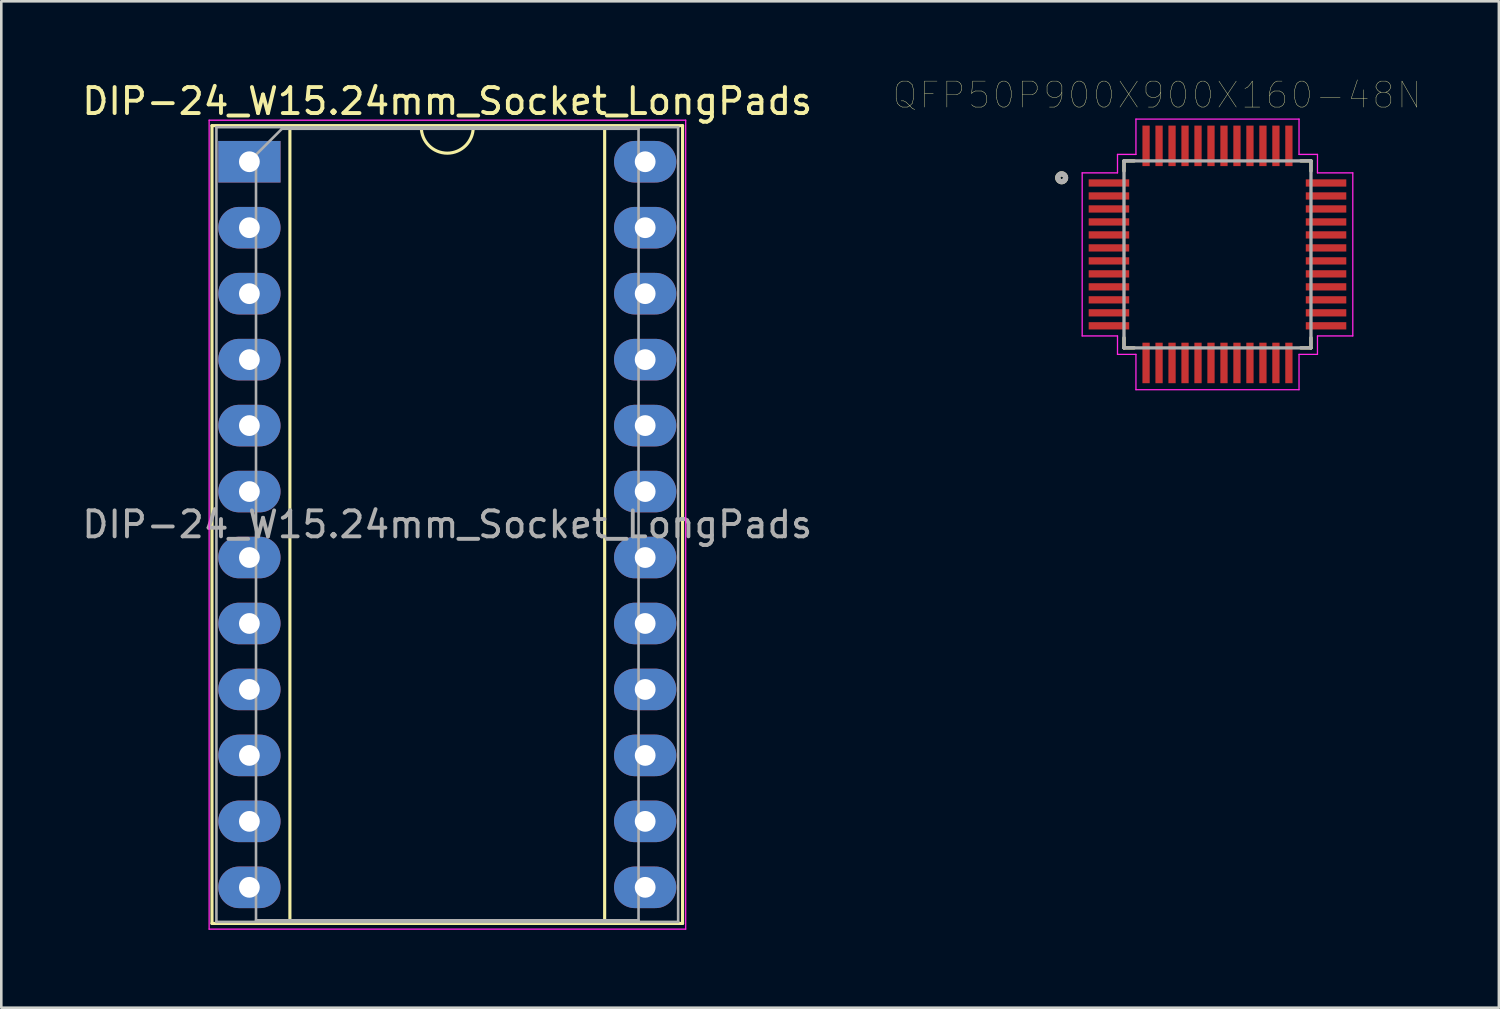
<source format=kicad_pcb>
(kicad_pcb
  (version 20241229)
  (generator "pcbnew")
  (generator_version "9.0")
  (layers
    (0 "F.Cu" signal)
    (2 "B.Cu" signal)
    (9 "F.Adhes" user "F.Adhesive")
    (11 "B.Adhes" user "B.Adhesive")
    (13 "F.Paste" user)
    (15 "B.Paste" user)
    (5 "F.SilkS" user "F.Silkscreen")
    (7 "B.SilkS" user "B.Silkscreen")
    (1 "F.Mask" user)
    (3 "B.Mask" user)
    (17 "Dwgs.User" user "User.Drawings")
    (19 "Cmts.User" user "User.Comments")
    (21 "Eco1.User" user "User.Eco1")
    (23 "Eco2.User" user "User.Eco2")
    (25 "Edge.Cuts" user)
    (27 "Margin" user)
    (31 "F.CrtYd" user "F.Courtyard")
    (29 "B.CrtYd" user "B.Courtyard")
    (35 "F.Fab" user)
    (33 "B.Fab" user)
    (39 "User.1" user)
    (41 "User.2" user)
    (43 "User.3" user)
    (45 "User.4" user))
  (footprint "QFP50P900X900X160-48N"
    (layer "F.Cu")
    (at 43.831 6.746)
    (property "Reference" "QFP50P900X900X160-48N" (at -2.325 -6.135 0) (layer "F.SilkS") (effects (font (size 1 1) (thickness 0.015))))
    (attr smd)
    (fp_line (start -3.6 -3.6) (end -3.6 -3.21) (stroke (width 0.127) (type solid)) (layer "F.SilkS"))
    (fp_line (start -3.6 3.21) (end -3.6 3.6) (stroke (width 0.127) (type solid)) (layer "F.SilkS"))
    (fp_line (start -3.6 3.6) (end -3.21 3.6) (stroke (width 0.127) (type solid)) (layer "F.SilkS"))
    (fp_line (start -3.21 -3.6) (end -3.6 -3.6) (stroke (width 0.127) (type solid)) (layer "F.SilkS"))
    (fp_line (start 3.21 3.6) (end 3.6 3.6) (stroke (width 0.127) (type solid)) (layer "F.SilkS"))
    (fp_line (start 3.6 -3.6) (end 3.21 -3.6) (stroke (width 0.127) (type solid)) (layer "F.SilkS"))
    (fp_line (start 3.6 -3.21) (end 3.6 -3.6) (stroke (width 0.127) (type solid)) (layer "F.SilkS"))
    (fp_line (start 3.6 3.6) (end 3.6 3.21) (stroke (width 0.127) (type solid)) (layer "F.SilkS"))
    (fp_circle (center -6 -2.95) (end -5.85 -2.95) (stroke (width 0.2) (type solid)) (fill no) (layer "F.SilkS"))
    (fp_line (start -5.21 -3.14) (end -3.85 -3.14) (stroke (width 0.05) (type solid)) (layer "F.CrtYd"))
    (fp_line (start -5.21 3.14) (end -5.21 -3.14) (stroke (width 0.05) (type solid)) (layer "F.CrtYd"))
    (fp_line (start -3.85 -3.85) (end -3.14 -3.85) (stroke (width 0.05) (type solid)) (layer "F.CrtYd"))
    (fp_line (start -3.85 -3.14) (end -3.85 -3.85) (stroke (width 0.05) (type solid)) (layer "F.CrtYd"))
    (fp_line (start -3.85 3.14) (end -5.21 3.14) (stroke (width 0.05) (type solid)) (layer "F.CrtYd"))
    (fp_line (start -3.85 3.85) (end -3.85 3.14) (stroke (width 0.05) (type solid)) (layer "F.CrtYd"))
    (fp_line (start -3.14 -5.21) (end 3.14 -5.21) (stroke (width 0.05) (type solid)) (layer "F.CrtYd"))
    (fp_line (start -3.14 -3.85) (end -3.14 -5.21) (stroke (width 0.05) (type solid)) (layer "F.CrtYd"))
    (fp_line (start -3.14 3.85) (end -3.85 3.85) (stroke (width 0.05) (type solid)) (layer "F.CrtYd"))
    (fp_line (start -3.14 5.21) (end -3.14 3.85) (stroke (width 0.05) (type solid)) (layer "F.CrtYd"))
    (fp_line (start 3.14 -5.21) (end 3.14 -3.85) (stroke (width 0.05) (type solid)) (layer "F.CrtYd"))
    (fp_line (start 3.14 -3.85) (end 3.85 -3.85) (stroke (width 0.05) (type solid)) (layer "F.CrtYd"))
    (fp_line (start 3.14 3.85) (end 3.14 5.21) (stroke (width 0.05) (type solid)) (layer "F.CrtYd"))
    (fp_line (start 3.14 5.21) (end -3.14 5.21) (stroke (width 0.05) (type solid)) (layer "F.CrtYd"))
    (fp_line (start 3.85 -3.85) (end 3.85 -3.14) (stroke (width 0.05) (type solid)) (layer "F.CrtYd"))
    (fp_line (start 3.85 -3.14) (end 5.21 -3.14) (stroke (width 0.05) (type solid)) (layer "F.CrtYd"))
    (fp_line (start 3.85 3.14) (end 3.85 3.85) (stroke (width 0.05) (type solid)) (layer "F.CrtYd"))
    (fp_line (start 3.85 3.85) (end 3.14 3.85) (stroke (width 0.05) (type solid)) (layer "F.CrtYd"))
    (fp_line (start 5.21 -3.14) (end 5.21 3.14) (stroke (width 0.05) (type solid)) (layer "F.CrtYd"))
    (fp_line (start 5.21 3.14) (end 3.85 3.14) (stroke (width 0.05) (type solid)) (layer "F.CrtYd"))
    (fp_line (start -3.6 -3.6) (end 3.6 -3.6) (stroke (width 0.127) (type solid)) (layer "F.Fab"))
    (fp_line (start -3.6 3.6) (end -3.6 -3.6) (stroke (width 0.127) (type solid)) (layer "F.Fab"))
    (fp_line (start 3.6 -3.6) (end 3.6 3.6) (stroke (width 0.127) (type solid)) (layer "F.Fab"))
    (fp_line (start 3.6 3.6) (end -3.6 3.6) (stroke (width 0.127) (type solid)) (layer "F.Fab"))
    (fp_circle (center -6 -2.95) (end -5.85 -2.95) (stroke (width 0.2) (type solid)) (fill no) (layer "F.Fab"))
    (pad "1" smd rect (at -4.18 -2.75) (size 1.56 0.28) (layers "F.Cu" "F.Mask" "F.Paste"))
    (pad "2" smd rect (at -4.18 -2.25) (size 1.56 0.28) (layers "F.Cu" "F.Mask" "F.Paste"))
    (pad "3" smd rect (at -4.18 -1.75) (size 1.56 0.28) (layers "F.Cu" "F.Mask" "F.Paste"))
    (pad "4" smd rect (at -4.18 -1.25) (size 1.56 0.28) (layers "F.Cu" "F.Mask" "F.Paste"))
    (pad "5" smd rect (at -4.18 -0.75) (size 1.56 0.28) (layers "F.Cu" "F.Mask" "F.Paste"))
    (pad "6" smd rect (at -4.18 -0.25) (size 1.56 0.28) (layers "F.Cu" "F.Mask" "F.Paste"))
    (pad "7" smd rect (at -4.18 0.25) (size 1.56 0.28) (layers "F.Cu" "F.Mask" "F.Paste"))
    (pad "8" smd rect (at -4.18 0.75) (size 1.56 0.28) (layers "F.Cu" "F.Mask" "F.Paste"))
    (pad "9" smd rect (at -4.18 1.25) (size 1.56 0.28) (layers "F.Cu" "F.Mask" "F.Paste"))
    (pad "10" smd rect (at -4.18 1.75) (size 1.56 0.28) (layers "F.Cu" "F.Mask" "F.Paste"))
    (pad "11" smd rect (at -4.18 2.25) (size 1.56 0.28) (layers "F.Cu" "F.Mask" "F.Paste"))
    (pad "12" smd rect (at -4.18 2.75) (size 1.56 0.28) (layers "F.Cu" "F.Mask" "F.Paste"))
    (pad "13" smd rect (at -2.75 4.18) (size 0.28 1.56) (layers "F.Cu" "F.Mask" "F.Paste"))
    (pad "14" smd rect (at -2.25 4.18) (size 0.28 1.56) (layers "F.Cu" "F.Mask" "F.Paste"))
    (pad "15" smd rect (at -1.75 4.18) (size 0.28 1.56) (layers "F.Cu" "F.Mask" "F.Paste"))
    (pad "16" smd rect (at -1.25 4.18) (size 0.28 1.56) (layers "F.Cu" "F.Mask" "F.Paste"))
    (pad "17" smd rect (at -0.75 4.18) (size 0.28 1.56) (layers "F.Cu" "F.Mask" "F.Paste"))
    (pad "18" smd rect (at -0.25 4.18) (size 0.28 1.56) (layers "F.Cu" "F.Mask" "F.Paste"))
    (pad "19" smd rect (at 0.25 4.18) (size 0.28 1.56) (layers "F.Cu" "F.Mask" "F.Paste"))
    (pad "20" smd rect (at 0.75 4.18) (size 0.28 1.56) (layers "F.Cu" "F.Mask" "F.Paste"))
    (pad "21" smd rect (at 1.25 4.18) (size 0.28 1.56) (layers "F.Cu" "F.Mask" "F.Paste"))
    (pad "22" smd rect (at 1.75 4.18) (size 0.28 1.56) (layers "F.Cu" "F.Mask" "F.Paste"))
    (pad "23" smd rect (at 2.25 4.18) (size 0.28 1.56) (layers "F.Cu" "F.Mask" "F.Paste"))
    (pad "24" smd rect (at 2.75 4.18) (size 0.28 1.56) (layers "F.Cu" "F.Mask" "F.Paste"))
    (pad "25" smd rect (at 4.18 2.75) (size 1.56 0.28) (layers "F.Cu" "F.Mask" "F.Paste"))
    (pad "26" smd rect (at 4.18 2.25) (size 1.56 0.28) (layers "F.Cu" "F.Mask" "F.Paste"))
    (pad "27" smd rect (at 4.18 1.75) (size 1.56 0.28) (layers "F.Cu" "F.Mask" "F.Paste"))
    (pad "28" smd rect (at 4.18 1.25) (size 1.56 0.28) (layers "F.Cu" "F.Mask" "F.Paste"))
    (pad "29" smd rect (at 4.18 0.75) (size 1.56 0.28) (layers "F.Cu" "F.Mask" "F.Paste"))
    (pad "30" smd rect (at 4.18 0.25) (size 1.56 0.28) (layers "F.Cu" "F.Mask" "F.Paste"))
    (pad "31" smd rect (at 4.18 -0.25) (size 1.56 0.28) (layers "F.Cu" "F.Mask" "F.Paste"))
    (pad "32" smd rect (at 4.18 -0.75) (size 1.56 0.28) (layers "F.Cu" "F.Mask" "F.Paste"))
    (pad "33" smd rect (at 4.18 -1.25) (size 1.56 0.28) (layers "F.Cu" "F.Mask" "F.Paste"))
    (pad "34" smd rect (at 4.18 -1.75) (size 1.56 0.28) (layers "F.Cu" "F.Mask" "F.Paste"))
    (pad "35" smd rect (at 4.18 -2.25) (size 1.56 0.28) (layers "F.Cu" "F.Mask" "F.Paste"))
    (pad "36" smd rect (at 4.18 -2.75) (size 1.56 0.28) (layers "F.Cu" "F.Mask" "F.Paste"))
    (pad "37" smd rect (at 2.75 -4.18) (size 0.28 1.56) (layers "F.Cu" "F.Mask" "F.Paste"))
    (pad "38" smd rect (at 2.25 -4.18) (size 0.28 1.56) (layers "F.Cu" "F.Mask" "F.Paste"))
    (pad "39" smd rect (at 1.75 -4.18) (size 0.28 1.56) (layers "F.Cu" "F.Mask" "F.Paste"))
    (pad "40" smd rect (at 1.25 -4.18) (size 0.28 1.56) (layers "F.Cu" "F.Mask" "F.Paste"))
    (pad "41" smd rect (at 0.75 -4.18) (size 0.28 1.56) (layers "F.Cu" "F.Mask" "F.Paste"))
    (pad "42" smd rect (at 0.25 -4.18) (size 0.28 1.56) (layers "F.Cu" "F.Mask" "F.Paste"))
    (pad "43" smd rect (at -0.25 -4.18) (size 0.28 1.56) (layers "F.Cu" "F.Mask" "F.Paste"))
    (pad "44" smd rect (at -0.75 -4.18) (size 0.28 1.56) (layers "F.Cu" "F.Mask" "F.Paste"))
    (pad "45" smd rect (at -1.25 -4.18) (size 0.28 1.56) (layers "F.Cu" "F.Mask" "F.Paste"))
    (pad "46" smd rect (at -1.75 -4.18) (size 0.28 1.56) (layers "F.Cu" "F.Mask" "F.Paste"))
    (pad "47" smd rect (at -2.25 -4.18) (size 0.28 1.56) (layers "F.Cu" "F.Mask" "F.Paste"))
    (pad "48" smd rect (at -2.75 -4.18) (size 0.28 1.56) (layers "F.Cu" "F.Mask" "F.Paste")))
  (footprint "DIP-24_W15.24mm_Socket_LongPads"
    (layer "F.Cu")
    (at 6.553 3.178)
    (property "Reference" "DIP-24_W15.24mm_Socket_LongPads" (at 7.62 -2.33 0) (layer "F.SilkS") (effects (font (size 1 1) (thickness 0.15))))
    (attr through_hole)
    (fp_line (start -1.44 -1.39) (end -1.44 29.33) (stroke (width 0.12) (type solid)) (layer "F.SilkS"))
    (fp_line (start -1.44 29.33) (end 16.68 29.33) (stroke (width 0.12) (type solid)) (layer "F.SilkS"))
    (fp_line (start 1.56 -1.33) (end 1.56 29.27) (stroke (width 0.12) (type solid)) (layer "F.SilkS"))
    (fp_line (start 1.56 29.27) (end 13.68 29.27) (stroke (width 0.12) (type solid)) (layer "F.SilkS"))
    (fp_line (start 6.62 -1.33) (end 1.56 -1.33) (stroke (width 0.12) (type solid)) (layer "F.SilkS"))
    (fp_line (start 13.68 -1.33) (end 8.62 -1.33) (stroke (width 0.12) (type solid)) (layer "F.SilkS"))
    (fp_line (start 13.68 29.27) (end 13.68 -1.33) (stroke (width 0.12) (type solid)) (layer "F.SilkS"))
    (fp_line (start 16.68 -1.39) (end -1.44 -1.39) (stroke (width 0.12) (type solid)) (layer "F.SilkS"))
    (fp_line (start 16.68 29.33) (end 16.68 -1.39) (stroke (width 0.12) (type solid)) (layer "F.SilkS"))
    (fp_arc (start 8.62 -1.33) (mid 7.62 -0.33) (end 6.62 -1.33) (stroke (width 0.12) (type solid)) (layer "F.SilkS"))
    (fp_line (start -1.55 -1.6) (end -1.55 29.55) (stroke (width 0.05) (type solid)) (layer "F.CrtYd"))
    (fp_line (start -1.55 29.55) (end 16.8 29.55) (stroke (width 0.05) (type solid)) (layer "F.CrtYd"))
    (fp_line (start 16.8 -1.6) (end -1.55 -1.6) (stroke (width 0.05) (type solid)) (layer "F.CrtYd"))
    (fp_line (start 16.8 29.55) (end 16.8 -1.6) (stroke (width 0.05) (type solid)) (layer "F.CrtYd"))
    (fp_line (start -1.27 -1.33) (end -1.27 29.27) (stroke (width 0.1) (type solid)) (layer "F.Fab"))
    (fp_line (start -1.27 29.27) (end 16.51 29.27) (stroke (width 0.1) (type solid)) (layer "F.Fab"))
    (fp_line (start 0.255 -0.27) (end 1.255 -1.27) (stroke (width 0.1) (type solid)) (layer "F.Fab"))
    (fp_line (start 0.255 29.21) (end 0.255 -0.27) (stroke (width 0.1) (type solid)) (layer "F.Fab"))
    (fp_line (start 1.255 -1.27) (end 14.985 -1.27) (stroke (width 0.1) (type solid)) (layer "F.Fab"))
    (fp_line (start 14.985 -1.27) (end 14.985 29.21) (stroke (width 0.1) (type solid)) (layer "F.Fab"))
    (fp_line (start 14.985 29.21) (end 0.255 29.21) (stroke (width 0.1) (type solid)) (layer "F.Fab"))
    (fp_line (start 16.51 -1.33) (end -1.27 -1.33) (stroke (width 0.1) (type solid)) (layer "F.Fab"))
    (fp_line (start 16.51 29.27) (end 16.51 -1.33) (stroke (width 0.1) (type solid)) (layer "F.Fab"))
    (fp_text user "${REFERENCE}" (at 7.62 13.97 0) (layer "F.Fab") (effects (font (size 1 1) (thickness 0.15))))
    (pad "1" thru_hole rect (at 0 0) (size 2.4 1.6) (drill 0.8) (layers "*.Cu" "*.Mask"))
    (pad "2" thru_hole oval (at 0 2.54) (size 2.4 1.6) (drill 0.8) (layers "*.Cu" "*.Mask"))
    (pad "3" thru_hole oval (at 0 5.08) (size 2.4 1.6) (drill 0.8) (layers "*.Cu" "*.Mask"))
    (pad "4" thru_hole oval (at 0 7.62) (size 2.4 1.6) (drill 0.8) (layers "*.Cu" "*.Mask"))
    (pad "5" thru_hole oval (at 0 10.16) (size 2.4 1.6) (drill 0.8) (layers "*.Cu" "*.Mask"))
    (pad "6" thru_hole oval (at 0 12.7) (size 2.4 1.6) (drill 0.8) (layers "*.Cu" "*.Mask"))
    (pad "7" thru_hole oval (at 0 15.24) (size 2.4 1.6) (drill 0.8) (layers "*.Cu" "*.Mask"))
    (pad "8" thru_hole oval (at 0 17.78) (size 2.4 1.6) (drill 0.8) (layers "*.Cu" "*.Mask"))
    (pad "9" thru_hole oval (at 0 20.32) (size 2.4 1.6) (drill 0.8) (layers "*.Cu" "*.Mask"))
    (pad "10" thru_hole oval (at 0 22.86) (size 2.4 1.6) (drill 0.8) (layers "*.Cu" "*.Mask"))
    (pad "11" thru_hole oval (at 0 25.4) (size 2.4 1.6) (drill 0.8) (layers "*.Cu" "*.Mask"))
    (pad "12" thru_hole oval (at 0 27.94) (size 2.4 1.6) (drill 0.8) (layers "*.Cu" "*.Mask"))
    (pad "13" thru_hole oval (at 15.24 27.94) (size 2.4 1.6) (drill 0.8) (layers "*.Cu" "*.Mask"))
    (pad "14" thru_hole oval (at 15.24 25.4) (size 2.4 1.6) (drill 0.8) (layers "*.Cu" "*.Mask"))
    (pad "15" thru_hole oval (at 15.24 22.86) (size 2.4 1.6) (drill 0.8) (layers "*.Cu" "*.Mask"))
    (pad "16" thru_hole oval (at 15.24 20.32) (size 2.4 1.6) (drill 0.8) (layers "*.Cu" "*.Mask"))
    (pad "17" thru_hole oval (at 15.24 17.78) (size 2.4 1.6) (drill 0.8) (layers "*.Cu" "*.Mask"))
    (pad "18" thru_hole oval (at 15.24 15.24) (size 2.4 1.6) (drill 0.8) (layers "*.Cu" "*.Mask"))
    (pad "19" thru_hole oval (at 15.24 12.7) (size 2.4 1.6) (drill 0.8) (layers "*.Cu" "*.Mask"))
    (pad "20" thru_hole oval (at 15.24 10.16) (size 2.4 1.6) (drill 0.8) (layers "*.Cu" "*.Mask"))
    (pad "21" thru_hole oval (at 15.24 7.62) (size 2.4 1.6) (drill 0.8) (layers "*.Cu" "*.Mask"))
    (pad "22" thru_hole oval (at 15.24 5.08) (size 2.4 1.6) (drill 0.8) (layers "*.Cu" "*.Mask"))
    (pad "23" thru_hole oval (at 15.24 2.54) (size 2.4 1.6) (drill 0.8) (layers "*.Cu" "*.Mask"))
    (pad "24" thru_hole oval (at 15.24 0) (size 2.4 1.6) (drill 0.8) (layers "*.Cu" "*.Mask")))
  (gr_rect
    (start -3 -3)
    (end 54.666 35.753)
    (stroke (width 0.1) (type default))
    (fill no)
    (layer "Edge.Cuts")))
</source>
